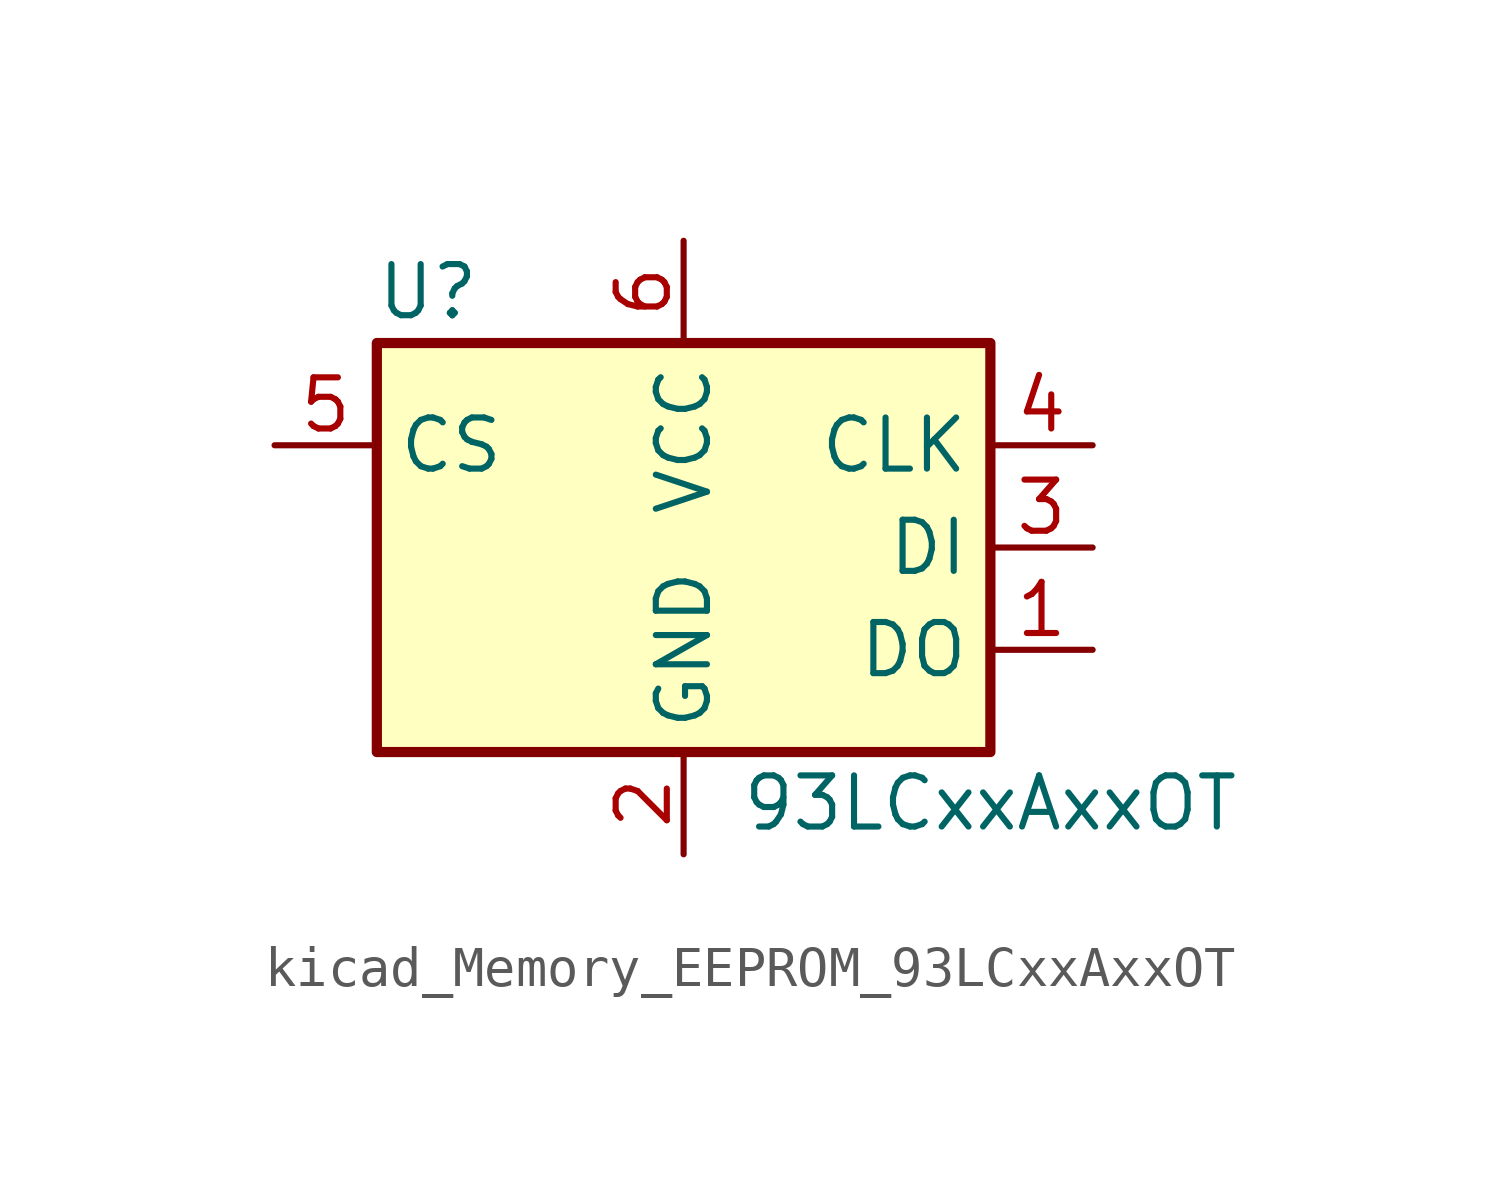
<source format=kicad_sym>
(kicad_symbol_lib
  (version 20220914)
  (generator kicad_symbol_editor)
  (symbol "kicad_Memory_EEPROM_93LCxxAxxOT"
    (property "Reference" "U"
      (at -6.35 6.35 0)
      (effects (font (size 1.27 1.27))))
    (property "Value" "93LCxxAxxOT"
      (at 7.62 -6.35 0)
      (effects (font (size 1.27 1.27))))
    (symbol "kicad_Memory_EEPROM_93LCxxAxxOT_0_1"
      (rectangle (start -7.62 5.08) (end 7.62 -5.08) (stroke (width 0.254) (type default)) (fill (type background))))
    (symbol "kicad_Memory_EEPROM_93LCxxAxxOT_1_1"
      (pin tri_state line (at 10.16 -2.54 180) (length 2.54) (name "DO" (effects (font (size 1.27 1.27)))) (number "1" (effects (font (size 1.27 1.27)))))
      (pin power_in line (at 0 -7.62 90) (length 2.54) (name "GND" (effects (font (size 1.27 1.27)))) (number "2" (effects (font (size 1.27 1.27)))))
      (pin input line (at 10.16 0 180) (length 2.54) (name "DI" (effects (font (size 1.27 1.27)))) (number "3" (effects (font (size 1.27 1.27)))))
      (pin input line (at 10.16 2.54 180) (length 2.54) (name "CLK" (effects (font (size 1.27 1.27)))) (number "4" (effects (font (size 1.27 1.27)))))
      (pin input line (at -10.16 2.54 0) (length 2.54) (name "CS" (effects (font (size 1.27 1.27)))) (number "5" (effects (font (size 1.27 1.27)))))
      (pin power_in line (at 0 7.62 270) (length 2.54) (name "VCC" (effects (font (size 1.27 1.27)))) (number "6" (effects (font (size 1.27 1.27))))))))
</source>
